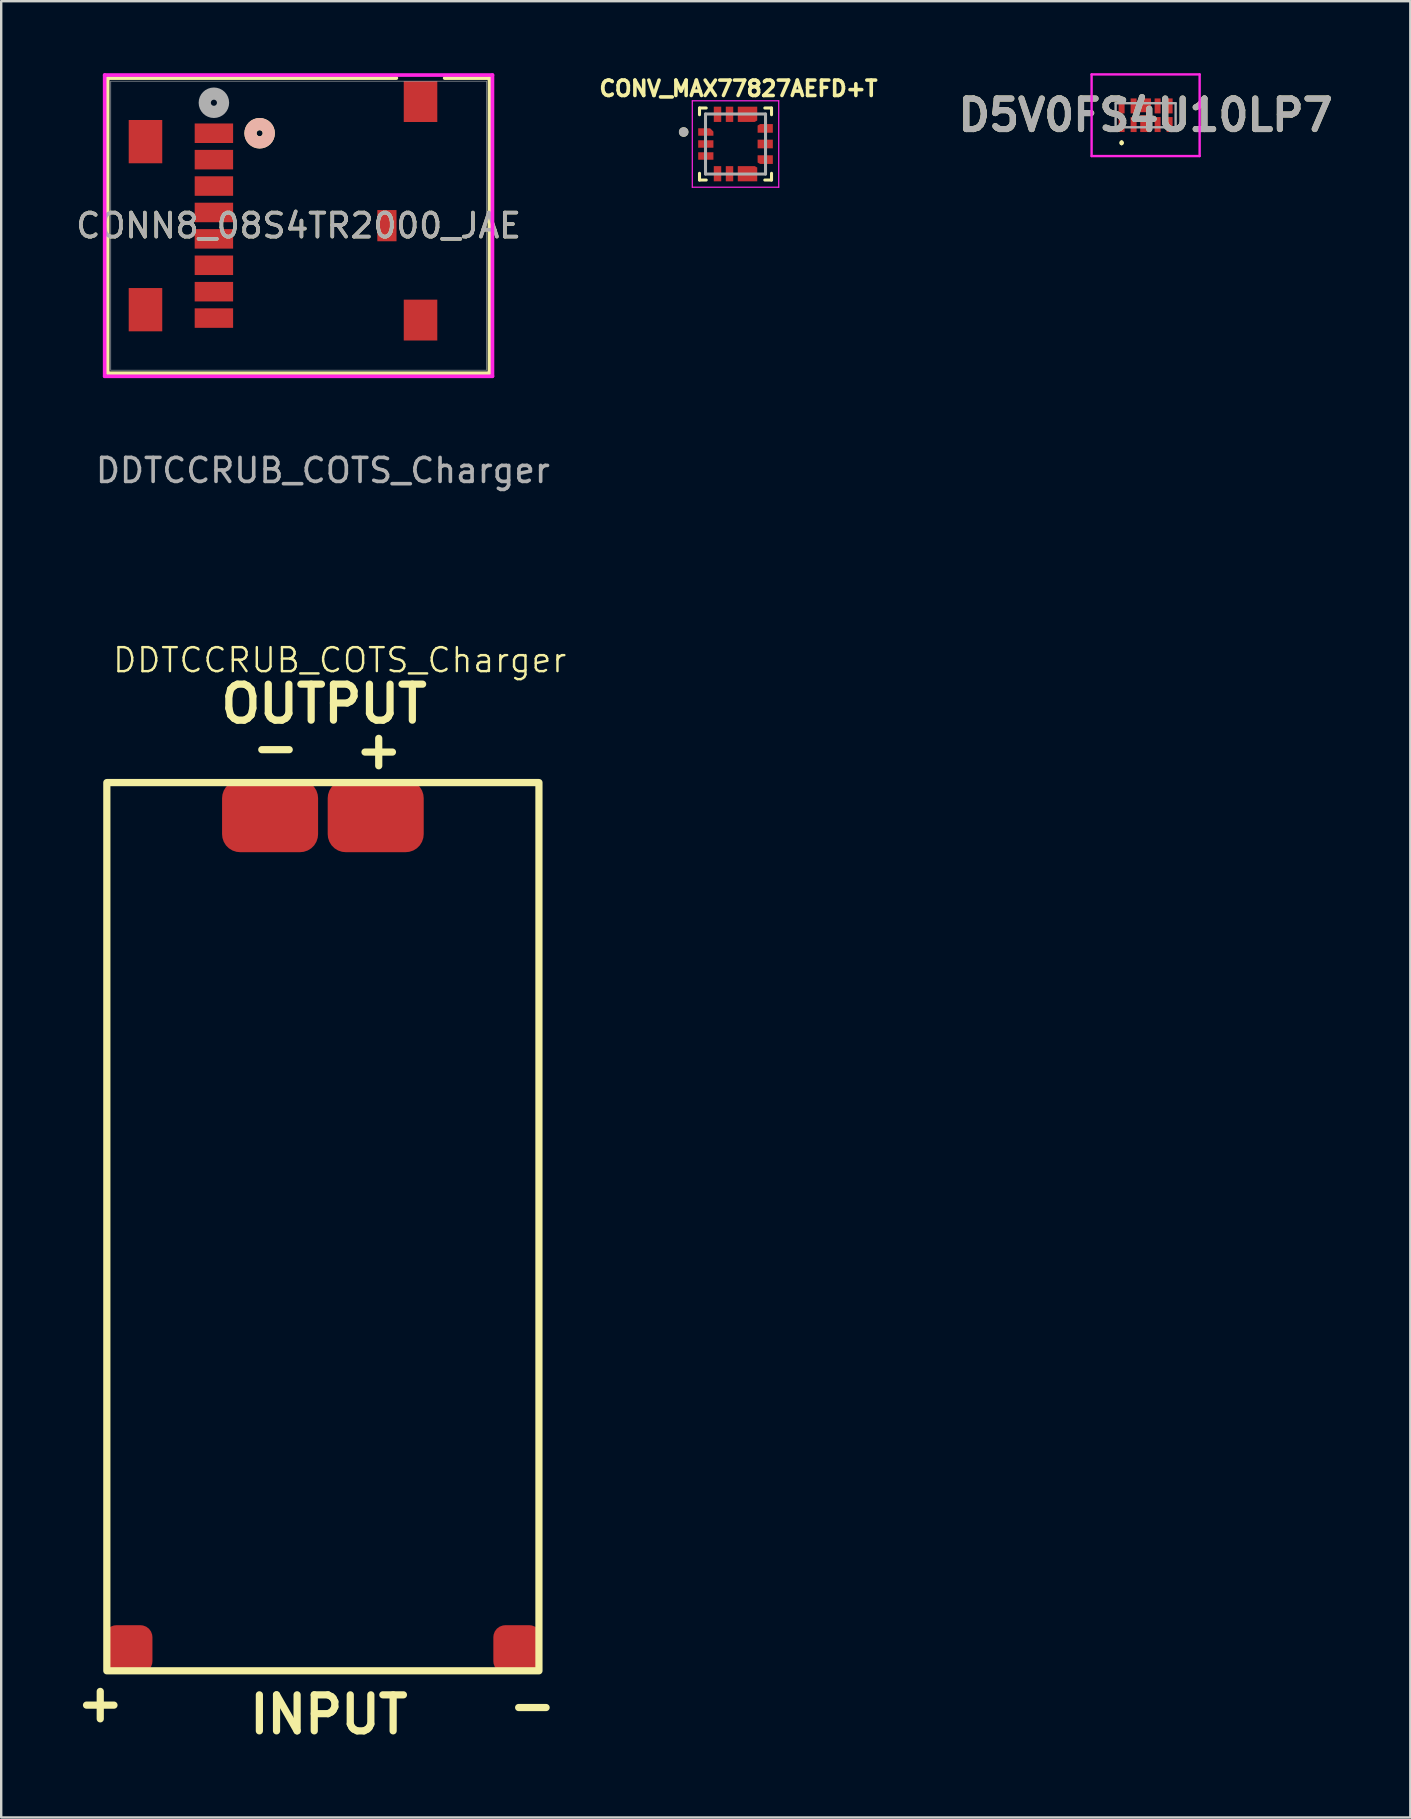
<source format=kicad_pcb>
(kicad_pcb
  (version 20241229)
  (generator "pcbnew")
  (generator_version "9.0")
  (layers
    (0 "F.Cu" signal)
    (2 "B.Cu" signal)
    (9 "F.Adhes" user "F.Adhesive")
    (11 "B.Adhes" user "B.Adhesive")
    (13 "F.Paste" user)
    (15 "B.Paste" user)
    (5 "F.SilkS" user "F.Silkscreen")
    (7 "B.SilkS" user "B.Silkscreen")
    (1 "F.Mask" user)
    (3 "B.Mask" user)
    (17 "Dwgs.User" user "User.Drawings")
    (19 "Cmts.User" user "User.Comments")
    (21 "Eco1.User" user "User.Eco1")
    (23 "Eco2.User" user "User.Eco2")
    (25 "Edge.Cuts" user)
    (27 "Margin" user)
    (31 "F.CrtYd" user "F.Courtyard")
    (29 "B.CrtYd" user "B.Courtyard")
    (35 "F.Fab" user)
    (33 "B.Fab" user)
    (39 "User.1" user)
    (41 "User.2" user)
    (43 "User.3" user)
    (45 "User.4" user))
  (footprint "CONN8_08S4TR2000_JAE"
    (layer "F.Cu")
    (at 5.86 2.5)
    (property "Reference" "CONN8_08S4TR2000_JAE" (at 3.527 3.85 0) (unlocked yes) (layer "F.SilkS") (effects (font (size 1 1) (thickness 0.15))))
    (attr smd)
    (fp_line (start -4.423 -2.297) (end -4.423 9.997) (stroke (width 0.152) (type solid)) (layer "F.SilkS"))
    (fp_line (start -4.423 9.997) (end 11.477 9.997) (stroke (width 0.152) (type solid)) (layer "F.SilkS"))
    (fp_line (start 7.601 -2.297) (end -4.423 -2.297) (stroke (width 0.152) (type solid)) (layer "F.SilkS"))
    (fp_line (start 11.477 -2.297) (end 9.613 -2.297) (stroke (width 0.152) (type solid)) (layer "F.SilkS"))
    (fp_line (start 11.477 9.997) (end 11.477 -2.297) (stroke (width 0.152) (type solid)) (layer "F.SilkS"))
    (fp_circle (center 1.905 0) (end 2.286 0) (stroke (width 0.508) (type solid)) (fill no) (layer "F.SilkS"))
    (fp_circle (center 1.905 0) (end 2.286 0) (stroke (width 0.508) (type solid)) (fill no) (layer "B.SilkS"))
    (fp_line (start -4.55 -2.424) (end -4.55 10.124) (stroke (width 0.152) (type solid)) (layer "F.CrtYd"))
    (fp_line (start -4.55 10.124) (end 11.604 10.124) (stroke (width 0.152) (type solid)) (layer "F.CrtYd"))
    (fp_line (start 11.604 -2.424) (end -4.55 -2.424) (stroke (width 0.152) (type solid)) (layer "F.CrtYd"))
    (fp_line (start 11.604 10.124) (end 11.604 -2.424) (stroke (width 0.152) (type solid)) (layer "F.CrtYd"))
    (fp_line (start -4.296 -2.17) (end -4.296 9.87) (stroke (width 0.025) (type solid)) (layer "F.Fab"))
    (fp_line (start -4.296 9.87) (end 11.35 9.87) (stroke (width 0.025) (type solid)) (layer "F.Fab"))
    (fp_line (start 11.35 -2.17) (end -4.296 -2.17) (stroke (width 0.025) (type solid)) (layer "F.Fab"))
    (fp_line (start 11.35 9.87) (end 11.35 -2.17) (stroke (width 0.025) (type solid)) (layer "F.Fab"))
    (fp_circle (center 0 -1.27) (end 0.381 -1.27) (stroke (width 0.508) (type solid)) (fill no) (layer "F.Fab"))
    (fp_text user "${REFERENCE}" (at 3.527 3.85 0) (unlocked yes) (layer "F.Fab") (effects (font (size 1 1) (thickness 0.15))))
    (pad "1" smd rect (at -2.85 7.35 90) (size 1.803 1.397) (layers "F.Cu" "F.Mask" "F.Paste"))
    (pad "2" smd rect (at -2.85 0.35 90) (size 1.803 1.397) (layers "F.Cu" "F.Mask" "F.Paste"))
    (pad "3" smd rect (at 8.607 -1.319 90) (size 1.702 1.397) (layers "F.Cu" "F.Mask" "F.Paste"))
    (pad "4" smd rect (at 8.607 7.783 90) (size 1.702 1.397) (layers "F.Cu" "F.Mask" "F.Paste"))
    (pad "C1" smd rect (at 0 7.7) (size 1.6 0.813) (layers "F.Cu" "F.Mask" "F.Paste"))
    (pad "C2" smd rect (at 0 6.6) (size 1.6 0.813) (layers "F.Cu" "F.Mask" "F.Paste"))
    (pad "C3" smd rect (at 0 5.5) (size 1.6 0.813) (layers "F.Cu" "F.Mask" "F.Paste"))
    (pad "C4" smd rect (at 0 4.4) (size 1.6 0.813) (layers "F.Cu" "F.Mask" "F.Paste"))
    (pad "C5" smd rect (at 0 3.3) (size 1.6 0.813) (layers "F.Cu" "F.Mask" "F.Paste"))
    (pad "C6" smd rect (at 0 2.2) (size 1.6 0.813) (layers "F.Cu" "F.Mask" "F.Paste"))
    (pad "C7" smd rect (at 0 1.1) (size 1.6 0.813) (layers "F.Cu" "F.Mask" "F.Paste"))
    (pad "C8" smd rect (at 0 0) (size 1.6 0.813) (layers "F.Cu" "F.Mask" "F.Paste"))
    (pad "SW" smd rect (at 7.207 3.85 90) (size 1.3 0.8) (layers "F.Cu" "F.Mask" "F.Paste")))
  (footprint "DDTCCRUB_COTS_Charger"
    (layer "F.Cu")
    (at 10.4 26.448)
    (property "Reference" "DDTCCRUB_COTS_Charger" (at 0.7 -2 0) (unlocked yes) (layer "F.SilkS") (effects (font (size 1 1) (thickness 0.1))))
    (attr smd)
    (fp_rect (start -9 3.1) (end 9 40.1) (stroke (width 0.3) (type default)) (fill no) (layer "F.SilkS"))
    (fp_text user "-" (at -3.1 2.5 0) (unlocked yes) (layer "F.SilkS") (effects (font (size 1.5 1.5) (thickness 0.3) (bold yes)) (justify left bottom)))
    (fp_text user "-" (at 7.6 42.4 0) (unlocked yes) (layer "F.SilkS") (effects (font (size 1.5 1.5) (thickness 0.3) (bold yes)) (justify left bottom)))
    (fp_text user "+" (at 1.2 2.6 0) (unlocked yes) (layer "F.SilkS") (effects (font (size 1.5 1.5) (thickness 0.3) (bold yes)) (justify left bottom)))
    (fp_text user "+" (at -10.4 42.3 0) (unlocked yes) (layer "F.SilkS") (effects (font (size 1.5 1.5) (thickness 0.3) (bold yes)) (justify left bottom)))
    (fp_text user "OUTPUT" (at -4.4 0.7 0) (unlocked yes) (layer "F.SilkS") (effects (font (size 1.5 1.5) (thickness 0.3) (bold yes)) (justify left bottom)))
    (fp_text user "INPUT" (at -3.2 42.8 0) (unlocked yes) (layer "F.SilkS") (effects (font (size 1.5 1.5) (thickness 0.3) (bold yes)) (justify left bottom)))
    (fp_text user "${REFERENCE}" (at 0 -9.9 0) (unlocked yes) (layer "F.Fab") (effects (font (size 1 1) (thickness 0.15))))
    (pad "1" smd roundrect (at -8.1 39.2) (size 2 2) (layers "F.Cu" "F.Mask" "F.Paste") (roundrect_rratio 0.25))
    (pad "2" smd roundrect (at 8.1 39.2) (size 2 2) (layers "F.Cu" "F.Mask" "F.Paste") (roundrect_rratio 0.25))
    (pad "3" smd roundrect (at 2.2 4.5) (size 4 3) (layers "F.Cu" "F.Mask" "F.Paste") (roundrect_rratio 0.25))
    (pad "4" smd roundrect (at -2.2 4.5) (size 4 3) (layers "F.Cu" "F.Mask" "F.Paste") (roundrect_rratio 0.25)))
  (footprint "CONV_MAX77827AEFD+T"
    (layer "F.Cu")
    (at 27.588 2.949)
    (property "Reference" "CONV_MAX77827AEFD+T" (at 0.122 -2.311 0) (layer "F.SilkS") (effects (font (size 0.64 0.64) (thickness 0.15))))
    (attr through_hole)
    (fp_poly (pts (xy -1.6 -0.2) (xy -1.6 0.2) (xy -0.875 0.2) (xy -0.875 -0.2)) (stroke (width 0.01) (type solid)) (fill yes) (layer "F.Mask"))
    (fp_poly (pts (xy -1.6 0.3) (xy -1.6 0.7) (xy -0.875 0.7) (xy -0.875 0.3)) (stroke (width 0.01) (type solid)) (fill yes) (layer "F.Mask"))
    (fp_poly (pts (xy -0.95 -0.875) (xy -0.95 -1.6) (xy -0.55 -1.6) (xy -0.55 -0.875)) (stroke (width 0.01) (type solid)) (fill yes) (layer "F.Mask"))
    (fp_poly (pts (xy -0.95 0.875) (xy -0.95 1.6) (xy -0.55 1.6) (xy -0.55 0.875)) (stroke (width 0.01) (type solid)) (fill yes) (layer "F.Mask"))
    (fp_poly (pts (xy -0.45 -0.875) (xy -0.45 -1.6) (xy -0.05 -1.6) (xy -0.05 -0.875)) (stroke (width 0.01) (type solid)) (fill yes) (layer "F.Mask"))
    (fp_poly (pts (xy -0.45 0.875) (xy -0.45 1.6) (xy -0.05 1.6) (xy -0.05 0.875)) (stroke (width 0.01) (type solid)) (fill yes) (layer "F.Mask"))
    (fp_poly (pts (xy 1.6 0.225) (xy 1.6 -0.225) (xy 0.875 -0.225) (xy 0.875 0.225)) (stroke (width 0.01) (type solid)) (fill yes) (layer "F.Mask"))
    (fp_poly (pts (xy -1.6 -0.7) (xy -1.6 -0.3) (xy -0.875 -0.3) (xy -0.875 -0.565) (xy -1.01 -0.7)) (stroke (width 0.01) (type solid)) (fill yes) (layer "F.Mask"))
    (fp_poly (pts (xy 0.05 -0.875) (xy 0.05 -1.6) (xy 0.95 -1.6) (xy 0.95 -0.933) (xy 0.849 -0.875)) (stroke (width 0.01) (type solid)) (fill yes) (layer "F.Mask"))
    (fp_poly (pts (xy 0.05 0.875) (xy 0.05 1.6) (xy 0.95 1.6) (xy 0.95 0.933) (xy 0.849 0.875)) (stroke (width 0.01) (type solid)) (fill yes) (layer "F.Mask"))
    (fp_poly (pts (xy 1.6 -0.425) (xy 1.6 -0.875) (xy 0.976 -0.875) (xy 0.875 -0.817) (xy 0.875 -0.425)) (stroke (width 0.01) (type solid)) (fill yes) (layer "F.Mask"))
    (fp_poly (pts (xy 1.6 0.425) (xy 1.6 0.875) (xy 0.976 0.875) (xy 0.875 0.817) (xy 0.875 0.425)) (stroke (width 0.01) (type solid)) (fill yes) (layer "F.Mask"))
    (fp_line (start -1.5 -1.5) (end -1.5 -1.22) (stroke (width 0.127) (type solid)) (layer "F.SilkS"))
    (fp_line (start -1.5 -1.5) (end -1.22 -1.5) (stroke (width 0.127) (type solid)) (layer "F.SilkS"))
    (fp_line (start -1.5 1.5) (end -1.5 1.22) (stroke (width 0.127) (type solid)) (layer "F.SilkS"))
    (fp_line (start -1.5 1.5) (end -1.22 1.5) (stroke (width 0.127) (type solid)) (layer "F.SilkS"))
    (fp_line (start 1.5 -1.5) (end 1.22 -1.5) (stroke (width 0.127) (type solid)) (layer "F.SilkS"))
    (fp_line (start 1.5 -1.5) (end 1.5 -1.22) (stroke (width 0.127) (type solid)) (layer "F.SilkS"))
    (fp_line (start 1.5 1.5) (end 1.22 1.5) (stroke (width 0.127) (type solid)) (layer "F.SilkS"))
    (fp_line (start 1.5 1.5) (end 1.5 1.22) (stroke (width 0.127) (type solid)) (layer "F.SilkS"))
    (fp_circle (center -2.16 -0.5) (end -2.06 -0.5) (stroke (width 0.2) (type solid)) (fill no) (layer "F.SilkS"))
    (fp_poly (pts (xy -1.55 -0.15) (xy -1.55 0.15) (xy -0.925 0.15) (xy -0.925 -0.15)) (stroke (width 0.01) (type solid)) (fill yes) (layer "F.Paste"))
    (fp_poly (pts (xy -1.55 0.35) (xy -1.55 0.65) (xy -0.925 0.65) (xy -0.925 0.35)) (stroke (width 0.01) (type solid)) (fill yes) (layer "F.Paste"))
    (fp_poly (pts (xy -0.9 -0.925) (xy -0.9 -1.55) (xy -0.6 -1.55) (xy -0.6 -0.925)) (stroke (width 0.01) (type solid)) (fill yes) (layer "F.Paste"))
    (fp_poly (pts (xy -0.9 0.925) (xy -0.9 1.55) (xy -0.6 1.55) (xy -0.6 0.925)) (stroke (width 0.01) (type solid)) (fill yes) (layer "F.Paste"))
    (fp_poly (pts (xy -0.4 -0.925) (xy -0.4 -1.55) (xy -0.1 -1.55) (xy -0.1 -0.925)) (stroke (width 0.01) (type solid)) (fill yes) (layer "F.Paste"))
    (fp_poly (pts (xy -0.4 0.925) (xy -0.4 1.55) (xy -0.1 1.55) (xy -0.1 0.925)) (stroke (width 0.01) (type solid)) (fill yes) (layer "F.Paste"))
    (fp_poly (pts (xy 0.925 -0.175) (xy 0.925 0.175) (xy 1.55 0.175) (xy 1.55 -0.175)) (stroke (width 0.01) (type solid)) (fill yes) (layer "F.Paste"))
    (fp_poly (pts (xy -1.55 -0.65) (xy -1.55 -0.35) (xy -0.925 -0.35) (xy -0.925 -0.515) (xy -1.06 -0.65)) (stroke (width 0.01) (type solid)) (fill yes) (layer "F.Paste"))
    (fp_poly (pts (xy 0.1 -0.925) (xy 0.1 -1.55) (xy 0.9 -1.55) (xy 0.9 -0.983) (xy 0.799 -0.925)) (stroke (width 0.01) (type solid)) (fill yes) (layer "F.Paste"))
    (fp_poly (pts (xy 0.1 0.925) (xy 0.1 1.55) (xy 0.9 1.55) (xy 0.9 0.983) (xy 0.799 0.925)) (stroke (width 0.01) (type solid)) (fill yes) (layer "F.Paste"))
    (fp_poly (pts (xy 0.925 -0.475) (xy 0.925 -0.767) (xy 1.026 -0.825) (xy 1.55 -0.825) (xy 1.55 -0.475)) (stroke (width 0.01) (type solid)) (fill yes) (layer "F.Paste"))
    (fp_poly (pts (xy 0.925 0.475) (xy 0.925 0.767) (xy 1.026 0.825) (xy 1.55 0.825) (xy 1.55 0.475)) (stroke (width 0.01) (type solid)) (fill yes) (layer "F.Paste"))
    (fp_line (start -1.8 -1.8) (end 1.8 -1.8) (stroke (width 0.05) (type solid)) (layer "F.CrtYd"))
    (fp_line (start -1.8 1.8) (end -1.8 -1.8) (stroke (width 0.05) (type solid)) (layer "F.CrtYd"))
    (fp_line (start -1.8 1.8) (end 1.8 1.8) (stroke (width 0.05) (type solid)) (layer "F.CrtYd"))
    (fp_line (start 1.8 1.8) (end 1.8 -1.8) (stroke (width 0.05) (type solid)) (layer "F.CrtYd"))
    (fp_line (start -1.25 1.25) (end -1.25 -1.25) (stroke (width 0.127) (type solid)) (layer "F.Fab"))
    (fp_line (start 1.25 -1.25) (end -1.25 -1.25) (stroke (width 0.127) (type solid)) (layer "F.Fab"))
    (fp_line (start 1.25 1.25) (end -1.25 1.25) (stroke (width 0.127) (type solid)) (layer "F.Fab"))
    (fp_line (start 1.25 1.25) (end 1.25 -1.25) (stroke (width 0.127) (type solid)) (layer "F.Fab"))
    (fp_circle (center -2.16 -0.5) (end -2.06 -0.5) (stroke (width 0.2) (type solid)) (fill no) (layer "F.Fab"))
    (pad "1" smd custom (at -1.3 -0.5) (size 0.1 0.1) (layers "F.Cu") (options (anchor rect)) (primitives (gr_poly (pts (xy -0.25 -0.15) (xy -0.25 0.15) (xy 0.375 0.15) (xy 0.375 -0.015) (xy 0.24 -0.15)) (width 0.01) (fill yes))))
    (pad "2" smd custom (at -1.3 0) (size 0.1 0.1) (layers "F.Cu") (options (anchor rect)) (primitives (gr_poly (pts (xy -0.25 -0.15) (xy -0.25 0.15) (xy 0.375 0.15) (xy 0.375 -0.15)) (width 0.01) (fill yes))))
    (pad "3" smd custom (at -1.3 0.5) (size 0.1 0.1) (layers "F.Cu") (options (anchor rect)) (primitives (gr_poly (pts (xy -0.25 -0.15) (xy -0.25 0.15) (xy 0.375 0.15) (xy 0.375 -0.15)) (width 0.01) (fill yes))))
    (pad "4" smd custom (at -0.8 1.2) (size 0.1 0.1) (layers "F.Cu") (options (anchor rect)) (primitives (gr_poly (pts (xy -0.1 -0.275) (xy -0.1 0.35) (xy 0.2 0.35) (xy 0.2 -0.275)) (width 0.01) (fill yes))))
    (pad "5" smd custom (at -0.3 1.2) (size 0.1 0.1) (layers "F.Cu") (options (anchor rect)) (primitives (gr_poly (pts (xy -0.1 -0.275) (xy -0.1 0.35) (xy 0.2 0.35) (xy 0.2 -0.275)) (width 0.01) (fill yes))))
    (pad "6" smd custom (at 0.3 1.2) (size 0.1 0.1) (layers "F.Cu") (options (anchor rect)) (primitives (gr_poly (pts (xy -0.2 -0.275) (xy -0.2 0.35) (xy 0.6 0.35) (xy 0.6 -0.217) (xy 0.499 -0.275)) (width 0.01) (fill yes))))
    (pad "8" smd custom (at 1.1 0.6) (size 0.1 0.1) (layers "F.Cu") (options (anchor rect)) (primitives (gr_poly (pts (xy -0.175 -0.125) (xy -0.175 0.167) (xy -0.074 0.225) (xy 0.45 0.225) (xy 0.45 -0.125)) (width 0.01) (fill yes))))
    (pad "9" smd custom (at 1.1 0) (size 0.1 0.1) (layers "F.Cu") (options (anchor rect)) (primitives (gr_poly (pts (xy -0.175 -0.175) (xy -0.175 0.175) (xy 0.45 0.175) (xy 0.45 -0.175)) (width 0.01) (fill yes))))
    (pad "10" smd custom (at 1.1 -0.7) (size 0.1 0.1) (layers "F.Cu") (options (anchor rect)) (primitives (gr_poly (pts (xy -0.175 0.225) (xy -0.175 -0.067) (xy -0.074 -0.125) (xy 0.45 -0.125) (xy 0.45 0.225)) (width 0.01) (fill yes))))
    (pad "11" smd custom (at 0.5 -1.3) (size 0.1 0.1) (layers "F.Cu") (options (anchor rect)) (primitives (gr_poly (pts (xy -0.4 0.375) (xy -0.4 -0.25) (xy 0.4 -0.25) (xy 0.4 0.317) (xy 0.299 0.375)) (width 0.01) (fill yes))))
    (pad "13" smd custom (at -0.3 -1.3) (size 0.1 0.1) (layers "F.Cu") (options (anchor rect)) (primitives (gr_poly (pts (xy -0.1 0.375) (xy -0.1 -0.25) (xy 0.2 -0.25) (xy 0.2 0.375)) (width 0.01) (fill yes))))
    (pad "14" smd custom (at -0.8 -1.3) (size 0.1 0.1) (layers "F.Cu") (options (anchor rect)) (primitives (gr_poly (pts (xy -0.1 0.375) (xy -0.1 -0.25) (xy 0.2 -0.25) (xy 0.2 0.375)) (width 0.01) (fill yes)))))
  (footprint "D5V0FS4U10LP7"
    (layer "F.Cu")
    (at 44.671 1.75)
    (property "Reference" "D5V0FS4U10LP7" (at 0 0 0) (layer "F.SilkS") (effects (font (size 1.27 1.27) (thickness 0.254))))
    (attr smd)
    (fp_line (start -1 1.1) (end -1 1.1) (stroke (width 0.1) (type solid)) (layer "F.SilkS"))
    (fp_line (start -1 1.2) (end -1 1.2) (stroke (width 0.1) (type solid)) (layer "F.SilkS"))
    (fp_arc (start -1 1.1) (mid -0.95 1.15) (end -1 1.2) (stroke (width 0.1) (type solid)) (layer "F.SilkS"))
    (fp_arc (start -1 1.2) (mid -1.05 1.15) (end -1 1.1) (stroke (width 0.1) (type solid)) (layer "F.SilkS"))
    (fp_line (start -2.25 -1.7) (end 2.25 -1.7) (stroke (width 0.1) (type solid)) (layer "F.CrtYd"))
    (fp_line (start -2.25 1.7) (end -2.25 -1.7) (stroke (width 0.1) (type solid)) (layer "F.CrtYd"))
    (fp_line (start 2.25 -1.7) (end 2.25 1.7) (stroke (width 0.1) (type solid)) (layer "F.CrtYd"))
    (fp_line (start 2.25 1.7) (end -2.25 1.7) (stroke (width 0.1) (type solid)) (layer "F.CrtYd"))
    (fp_line (start -1.25 -0.5) (end -1.25 0.5) (stroke (width 0.1) (type solid)) (layer "F.Fab"))
    (fp_line (start -1.25 0.5) (end 1.25 0.5) (stroke (width 0.1) (type solid)) (layer "F.Fab"))
    (fp_line (start 1.25 -0.5) (end -1.25 -0.5) (stroke (width 0.1) (type solid)) (layer "F.Fab"))
    (fp_line (start 1.25 0.5) (end 1.25 -0.5) (stroke (width 0.1) (type solid)) (layer "F.Fab"))
    (fp_text user "${REFERENCE}" (at 0 0 0) (layer "F.Fab") (effects (font (size 1.27 1.27) (thickness 0.254))))
    (pad "1" smd rect (at -1 0.388) (size 0.25 0.625) (layers "F.Cu" "F.Mask" "F.Paste"))
    (pad "2" smd rect (at -0.5 0.388) (size 0.25 0.625) (layers "F.Cu" "F.Mask" "F.Paste"))
    (pad "3" smd rect (at 0 0.35) (size 0.45 0.7) (layers "F.Cu" "F.Mask" "F.Paste"))
    (pad "4" smd rect (at 0.5 0.388) (size 0.25 0.625) (layers "F.Cu" "F.Mask" "F.Paste"))
    (pad "5" smd rect (at 1 0.388) (size 0.25 0.625) (layers "F.Cu" "F.Mask" "F.Paste"))
    (pad "6" smd rect (at 1 -0.388) (size 0.25 0.625) (layers "F.Cu" "F.Mask" "F.Paste"))
    (pad "7" smd rect (at 0.5 -0.388) (size 0.25 0.625) (layers "F.Cu" "F.Mask" "F.Paste"))
    (pad "8" smd rect (at 0 -0.413) (size 0.45 0.575) (layers "F.Cu" "F.Mask" "F.Paste"))
    (pad "9" smd rect (at -0.5 -0.388) (size 0.25 0.625) (layers "F.Cu" "F.Mask" "F.Paste"))
    (pad "10" smd rect (at -1 -0.388) (size 0.25 0.625) (layers "F.Cu" "F.Mask" "F.Paste")))
  (gr_rect
    (start -3 -3)
    (end 55.697 72.656)
    (stroke (width 0.1) (type default))
    (fill no)
    (layer "Edge.Cuts")))
</source>
